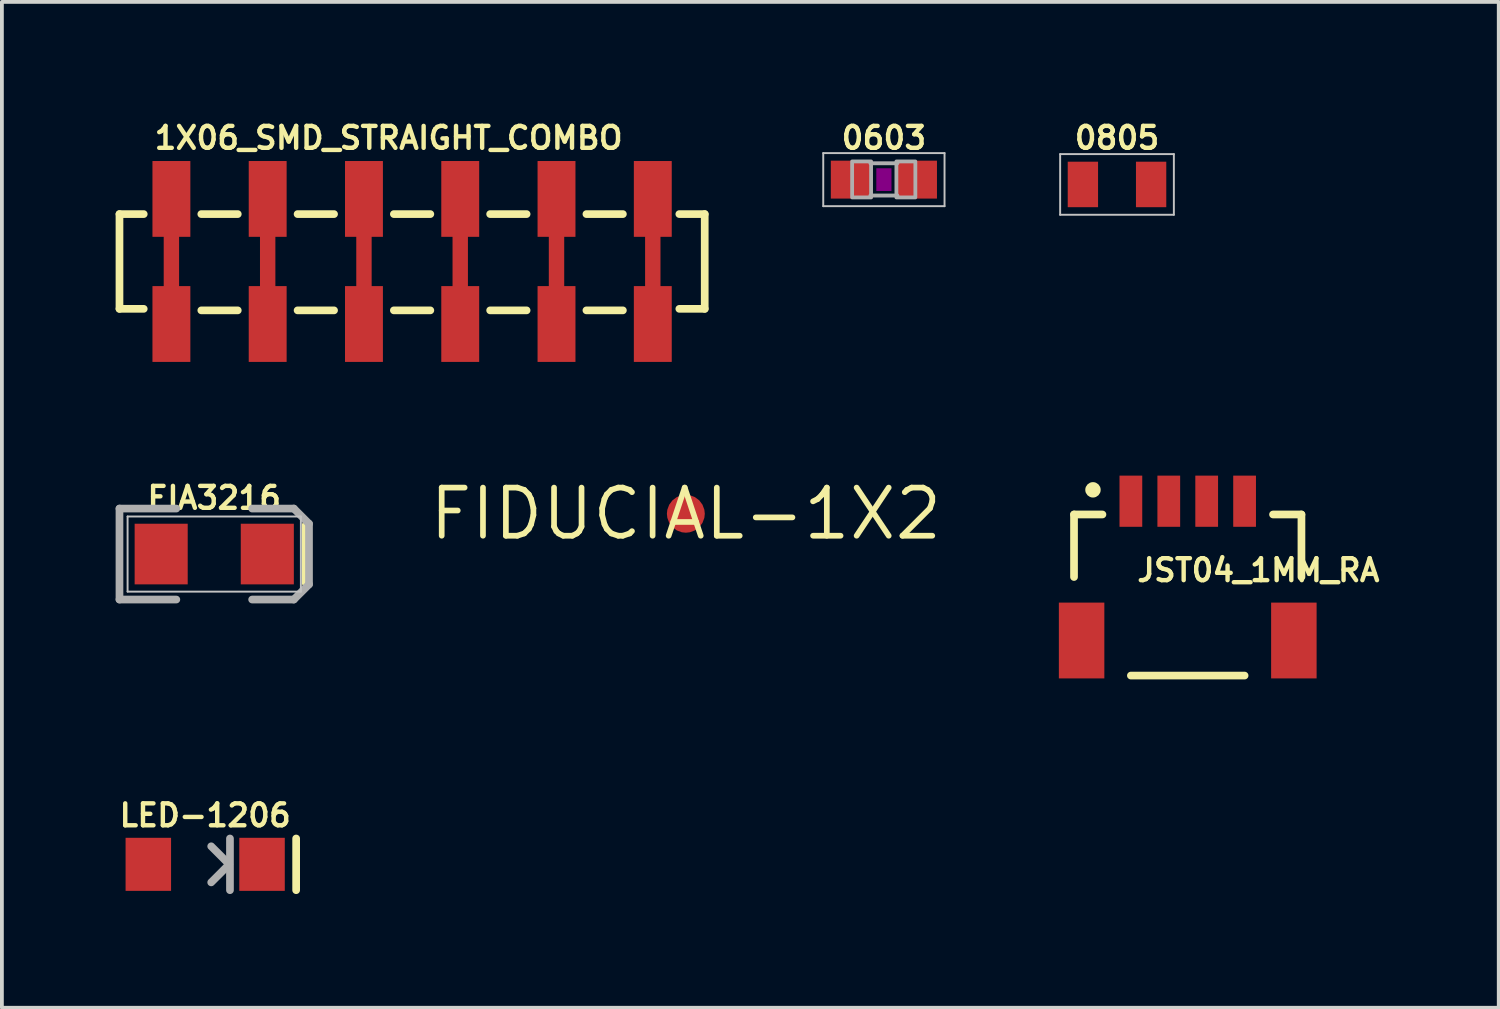
<source format=kicad_pcb>
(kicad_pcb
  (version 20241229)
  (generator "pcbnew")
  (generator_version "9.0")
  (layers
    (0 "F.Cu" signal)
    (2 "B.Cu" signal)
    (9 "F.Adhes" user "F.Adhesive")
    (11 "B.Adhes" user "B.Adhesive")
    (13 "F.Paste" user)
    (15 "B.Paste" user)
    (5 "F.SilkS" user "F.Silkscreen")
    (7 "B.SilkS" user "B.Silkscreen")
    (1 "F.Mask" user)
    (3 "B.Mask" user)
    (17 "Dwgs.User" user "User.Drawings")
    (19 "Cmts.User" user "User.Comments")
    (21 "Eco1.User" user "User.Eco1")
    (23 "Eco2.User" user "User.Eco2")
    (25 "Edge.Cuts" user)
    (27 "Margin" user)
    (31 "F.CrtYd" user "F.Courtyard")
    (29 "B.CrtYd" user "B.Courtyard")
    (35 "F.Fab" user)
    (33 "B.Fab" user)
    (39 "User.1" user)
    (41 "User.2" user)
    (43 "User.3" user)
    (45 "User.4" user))
  (footprint "1X06_SMD_STRAIGHT_COMBO"
    (layer "F.Cu")
    (at 1.472 3.848)
    (property "Reference" "1X06_SMD_STRAIGHT_COMBO" (at -0.508 -2.921 0) (layer "F.SilkS") (effects (font (size 0.579 0.579) (thickness 0.116)) (justify left bottom)))
    (attr through_hole)
    (fp_line (start 0 -1.27) (end 0 1.27) (stroke (width 0.406) (type solid)) (layer "F.Cu"))
    (fp_line (start 2.54 -1.27) (end 2.54 1.27) (stroke (width 0.406) (type solid)) (layer "F.Cu"))
    (fp_line (start 5.08 -1.27) (end 5.08 1.27) (stroke (width 0.406) (type solid)) (layer "F.Cu"))
    (fp_line (start 7.62 -1.27) (end 7.62 1.27) (stroke (width 0.406) (type solid)) (layer "F.Cu"))
    (fp_line (start 10.16 -1.27) (end 10.16 1.27) (stroke (width 0.406) (type solid)) (layer "F.Cu"))
    (fp_line (start 12.7 -1.27) (end 12.7 1.27) (stroke (width 0.406) (type solid)) (layer "F.Cu"))
    (fp_line (start -1.37 -1.25) (end -0.73 -1.25) (stroke (width 0.203) (type solid)) (layer "F.SilkS"))
    (fp_line (start -1.37 1.25) (end -1.37 -1.25) (stroke (width 0.203) (type solid)) (layer "F.SilkS"))
    (fp_line (start -0.73 1.25) (end -1.37 1.25) (stroke (width 0.203) (type solid)) (layer "F.SilkS"))
    (fp_line (start 0.789 -1.25) (end 1.751 -1.25) (stroke (width 0.203) (type solid)) (layer "F.SilkS"))
    (fp_line (start 0.789 1.29) (end 1.751 1.29) (stroke (width 0.203) (type solid)) (layer "F.SilkS"))
    (fp_line (start 3.329 -1.25) (end 4.291 -1.25) (stroke (width 0.203) (type solid)) (layer "F.SilkS"))
    (fp_line (start 3.329 1.29) (end 4.291 1.29) (stroke (width 0.203) (type solid)) (layer "F.SilkS"))
    (fp_line (start 5.869 -1.25) (end 6.831 -1.25) (stroke (width 0.203) (type solid)) (layer "F.SilkS"))
    (fp_line (start 5.869 1.29) (end 6.831 1.29) (stroke (width 0.203) (type solid)) (layer "F.SilkS"))
    (fp_line (start 8.409 -1.25) (end 9.371 -1.25) (stroke (width 0.203) (type solid)) (layer "F.SilkS"))
    (fp_line (start 8.409 1.29) (end 9.371 1.29) (stroke (width 0.203) (type solid)) (layer "F.SilkS"))
    (fp_line (start 10.949 -1.25) (end 11.911 -1.25) (stroke (width 0.203) (type solid)) (layer "F.SilkS"))
    (fp_line (start 10.949 1.29) (end 11.911 1.29) (stroke (width 0.203) (type solid)) (layer "F.SilkS"))
    (fp_line (start 13.4 -1.25) (end 14.07 -1.25) (stroke (width 0.203) (type solid)) (layer "F.SilkS"))
    (fp_line (start 14.07 -1.25) (end 14.07 1.25) (stroke (width 0.203) (type solid)) (layer "F.SilkS"))
    (fp_line (start 14.07 1.25) (end 13.4 1.25) (stroke (width 0.203) (type solid)) (layer "F.SilkS"))
    (pad "1" smd rect (at 0 1.65 270) (size 2 1) (layers "F.Cu" "F.Mask" "F.Paste"))
    (pad "1-2" smd rect (at 0 -1.65 90) (size 2 1) (layers "F.Cu" "F.Mask" "F.Paste"))
    (pad "2" smd rect (at 2.54 -1.65 270) (size 2 1) (layers "F.Cu" "F.Mask" "F.Paste"))
    (pad "2-2" smd rect (at 2.54 1.65 90) (size 2 1) (layers "F.Cu" "F.Mask" "F.Paste"))
    (pad "3" smd rect (at 5.08 1.65 270) (size 2 1) (layers "F.Cu" "F.Mask" "F.Paste"))
    (pad "3-2" smd rect (at 5.08 -1.65 90) (size 2 1) (layers "F.Cu" "F.Mask" "F.Paste"))
    (pad "4" smd rect (at 7.62 -1.65 270) (size 2 1) (layers "F.Cu" "F.Mask" "F.Paste"))
    (pad "4-2" smd rect (at 7.62 1.65 90) (size 2 1) (layers "F.Cu" "F.Mask" "F.Paste"))
    (pad "5" smd rect (at 10.16 1.65 270) (size 2 1) (layers "F.Cu" "F.Mask" "F.Paste"))
    (pad "5-2" smd rect (at 10.16 -1.65 90) (size 2 1) (layers "F.Cu" "F.Mask" "F.Paste"))
    (pad "6" smd rect (at 12.7 -1.65 270) (size 2 1) (layers "F.Cu" "F.Mask" "F.Paste"))
    (pad "6-2" smd rect (at 12.7 1.65 90) (size 2 1) (layers "F.Cu" "F.Mask" "F.Paste")))
  (footprint "LED-1206"
    (layer "F.Cu")
    (at 2.363 19.753)
    (property "Reference" "LED-1206" (at 0 -0.953 0) (layer "F.SilkS") (effects (font (size 0.579 0.579) (thickness 0.116)) (justify bottom)))
    (attr through_hole)
    (fp_line (start 2.4 -0.682) (end 2.4 0.682) (stroke (width 0.203) (type solid)) (layer "F.SilkS"))
    (fp_line (start 0.635 0) (end 0.159 -0.476) (stroke (width 0.203) (type solid)) (layer "F.Fab"))
    (fp_line (start 0.635 0) (end 0.159 0.476) (stroke (width 0.203) (type solid)) (layer "F.Fab"))
    (fp_line (start 0.654 -0.682) (end 0.654 0.682) (stroke (width 0.203) (type solid)) (layer "F.Fab"))
    (pad "A" smd rect (at -1.5 0) (size 1.2 1.4) (layers "F.Cu" "F.Mask" "F.Paste"))
    (pad "C" smd rect (at 1.5 0) (size 1.2 1.4) (layers "F.Cu" "F.Mask" "F.Paste")))
  (footprint "EIA3216"
    (layer "F.Cu")
    (at 2.602 11.567)
    (property "Reference" "EIA3216" (at 0 -1.143 180) (layer "F.SilkS") (effects (font (size 0.579 0.579) (thickness 0.116)) (justify bottom)))
    (attr through_hole)
    (fp_line (start 2.413 -0.762) (end 2.413 0.762) (stroke (width 0.203) (type solid)) (layer "F.SilkS"))
    (fp_line (start -2.286 -0.991) (end 2.286 -0.991) (stroke (width 0.051) (type solid)) (layer "Dwgs.User"))
    (fp_line (start -2.286 0.991) (end -2.286 -0.991) (stroke (width 0.051) (type solid)) (layer "Dwgs.User"))
    (fp_line (start 2.286 -0.991) (end 2.286 0.991) (stroke (width 0.051) (type solid)) (layer "Dwgs.User"))
    (fp_line (start 2.286 0.991) (end -2.286 0.991) (stroke (width 0.051) (type solid)) (layer "Dwgs.User"))
    (fp_line (start -2.5 -1.2) (end -1 -1.2) (stroke (width 0.203) (type solid)) (layer "F.Fab"))
    (fp_line (start -2.5 1.2) (end -2.5 -1.2) (stroke (width 0.203) (type solid)) (layer "F.Fab"))
    (fp_line (start -1 1.2) (end -2.5 1.2) (stroke (width 0.203) (type solid)) (layer "F.Fab"))
    (fp_line (start 1 1.2) (end 2.1 1.2) (stroke (width 0.203) (type solid)) (layer "F.Fab"))
    (fp_line (start 2.1 -1.2) (end 1 -1.2) (stroke (width 0.203) (type solid)) (layer "F.Fab"))
    (fp_line (start 2.1 1.2) (end 2.5 0.8) (stroke (width 0.203) (type solid)) (layer "F.Fab"))
    (fp_line (start 2.5 -0.8) (end 2.1 -1.2) (stroke (width 0.203) (type solid)) (layer "F.Fab"))
    (fp_line (start 2.5 0.8) (end 2.5 -0.8) (stroke (width 0.203) (type solid)) (layer "F.Fab"))
    (pad "+" smd rect (at 1.4 0 90) (size 1.6 1.4) (layers "F.Cu" "F.Mask" "F.Paste"))
    (pad "-" smd rect (at -1.4 0 90) (size 1.6 1.4) (layers "F.Cu" "F.Mask" "F.Paste")))
  (footprint "0603"
    (layer "F.Cu")
    (at 20.269 1.689)
    (property "Reference" "0603" (at 0 -0.762 180) (layer "F.SilkS") (effects (font (size 0.579 0.579) (thickness 0.116)) (justify bottom)))
    (attr through_hole)
    (fp_poly (pts (xy -0.2 0.3) (xy 0.2 0.3) (xy 0.2 -0.3) (xy -0.2 -0.3)) (stroke (width 0) (type solid)) (fill yes) (layer "F.Adhes"))
    (fp_line (start -1.6 -0.7) (end 1.6 -0.7) (stroke (width 0.051) (type solid)) (layer "Dwgs.User"))
    (fp_line (start -1.6 0.7) (end -1.6 -0.7) (stroke (width 0.051) (type solid)) (layer "Dwgs.User"))
    (fp_line (start 1.6 -0.7) (end 1.6 0.7) (stroke (width 0.051) (type solid)) (layer "Dwgs.User"))
    (fp_line (start 1.6 0.7) (end -1.6 0.7) (stroke (width 0.051) (type solid)) (layer "Dwgs.User"))
    (fp_line (start -0.356 -0.432) (end 0.356 -0.432) (stroke (width 0.102) (type solid)) (layer "F.Fab"))
    (fp_line (start -0.356 0.419) (end 0.356 0.419) (stroke (width 0.102) (type solid)) (layer "F.Fab"))
    (fp_poly (pts (xy -0.838 0.47) (xy -0.338 0.47) (xy -0.338 -0.48) (xy -0.838 -0.48)) (stroke (width 0.1) (type solid)) (fill no) (layer "F.Fab"))
    (fp_poly (pts (xy 0.33 0.47) (xy 0.83 0.47) (xy 0.83 -0.48) (xy 0.33 -0.48)) (stroke (width 0.1) (type solid)) (fill no) (layer "F.Fab"))
    (pad "1" smd rect (at -0.85 0) (size 1.1 1) (layers "F.Cu" "F.Mask" "F.Paste"))
    (pad "2" smd rect (at 0.85 0) (size 1.1 1) (layers "F.Cu" "F.Mask" "F.Paste")))
  (footprint "FIDUCIAL-1X2"
    (layer "F.Cu")
    (at 15.044 10.504)
    (property "Reference" "FIDUCIAL-1X2" (at 0 0 0) (layer "F.SilkS") (effects (font (size 1.27 1.27) (thickness 0.15))))
    (attr through_hole)
    (pad "1" smd roundrect (at 0 0) (size 1 1) (layers "F.Cu" "F.Mask") (roundrect_rratio 0.5)))
  (footprint "JST04_1MM_RA"
    (layer "F.Cu")
    (at 28.285 10.173)
    (property "Reference" "JST04_1MM_RA" (at -1.397 2.159 0) (layer "F.SilkS") (effects (font (size 0.579 0.579) (thickness 0.116)) (justify left bottom)))
    (attr through_hole)
    (fp_line (start -3 0.35) (end -2.25 0.35) (stroke (width 0.203) (type solid)) (layer "F.SilkS"))
    (fp_line (start -3 2) (end -3 0.35) (stroke (width 0.203) (type solid)) (layer "F.SilkS"))
    (fp_line (start -1.5 4.6) (end 1.5 4.6) (stroke (width 0.203) (type solid)) (layer "F.SilkS"))
    (fp_line (start 2.25 0.35) (end 3 0.35) (stroke (width 0.203) (type solid)) (layer "F.SilkS"))
    (fp_line (start 3 0.35) (end 3 2) (stroke (width 0.203) (type solid)) (layer "F.SilkS"))
    (fp_circle (center -2.5 -0.3) (end -2.398 -0.3) (stroke (width 0.203) (type solid)) (fill no) (layer "F.SilkS"))
    (pad "1" smd rect (at -1.5 0) (size 0.6 1.35) (layers "F.Cu" "F.Mask" "F.Paste"))
    (pad "2" smd rect (at -0.5 0) (size 0.6 1.35) (layers "F.Cu" "F.Mask" "F.Paste"))
    (pad "3" smd rect (at 0.5 0) (size 0.6 1.35) (layers "F.Cu" "F.Mask" "F.Paste"))
    (pad "4" smd rect (at 1.5 0) (size 0.6 1.35) (layers "F.Cu" "F.Mask" "F.Paste"))
    (pad "NC1" smd rect (at 2.8 3.675) (size 1.2 2) (layers "F.Cu" "F.Mask" "F.Paste"))
    (pad "NC2" smd rect (at -2.8 3.675) (size 1.2 2) (layers "F.Cu" "F.Mask" "F.Paste")))
  (footprint "0805"
    (layer "F.Cu")
    (at 26.419 1.816)
    (property "Reference" "0805" (at 0 -0.889 0) (layer "F.SilkS") (effects (font (size 0.579 0.579) (thickness 0.116)) (justify bottom)))
    (attr through_hole)
    (fp_line (start -1.5 -0.8) (end 1.5 -0.8) (stroke (width 0.051) (type solid)) (layer "Dwgs.User"))
    (fp_line (start -1.5 0.8) (end -1.5 -0.8) (stroke (width 0.051) (type solid)) (layer "Dwgs.User"))
    (fp_line (start 1.5 -0.8) (end 1.5 0.8) (stroke (width 0.051) (type solid)) (layer "Dwgs.User"))
    (fp_line (start 1.5 0.8) (end -1.5 0.8) (stroke (width 0.051) (type solid)) (layer "Dwgs.User"))
    (pad "1" smd rect (at -0.9 0) (size 0.8 1.2) (layers "F.Cu" "F.Mask" "F.Paste"))
    (pad "2" smd rect (at 0.9 0) (size 0.8 1.2) (layers "F.Cu" "F.Mask" "F.Paste")))
  (gr_rect
    (start -3 -3)
    (end 36.49 23.537)
    (stroke (width 0.1) (type default))
    (fill no)
    (layer "Edge.Cuts")))
</source>
